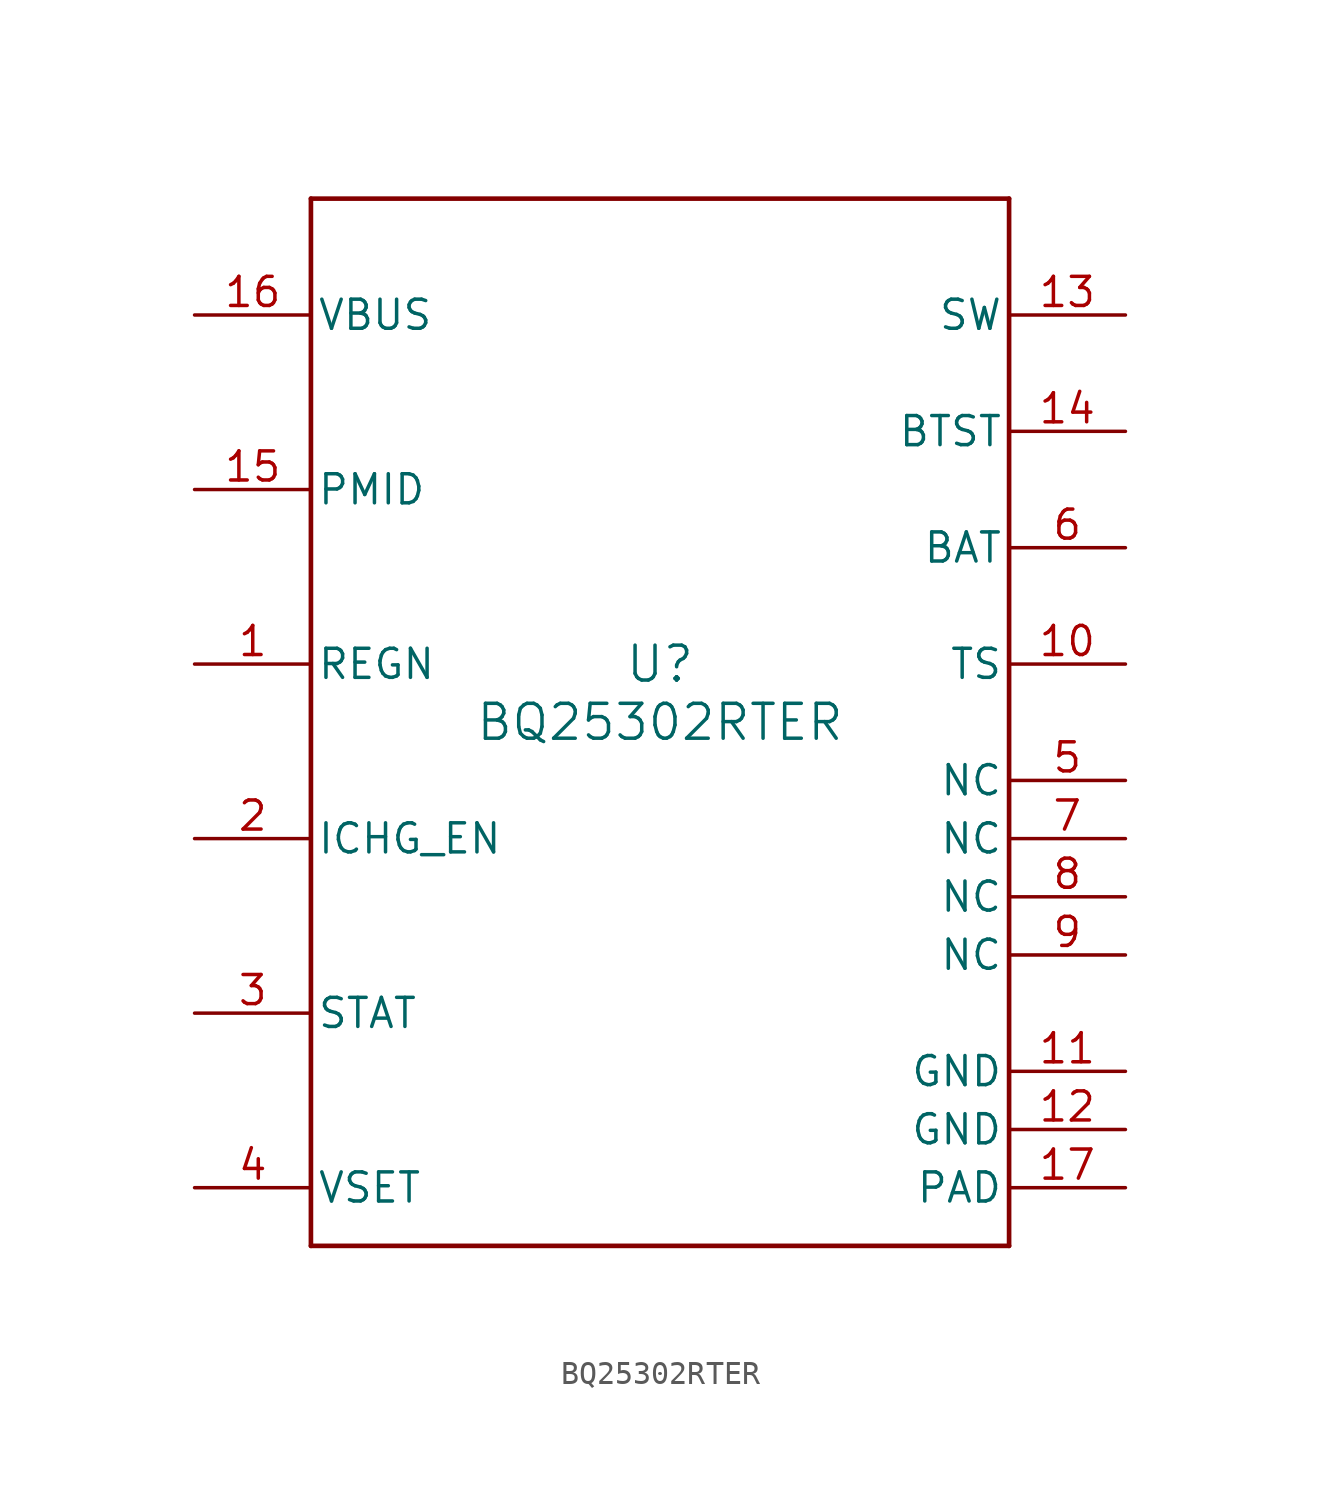
<source format=kicad_sym>
(kicad_symbol_lib
  (version 20211014)
  (generator kicad_symbol_editor)
  (symbol "BQ25302RTER"
    (pin_names
      (offset 0.254))
    (property "Reference" "U"
      (at 0 2.54 0)
      (effects (font (size 1.524 1.524))))
    (property "Value" "BQ25302RTER"
      (at 0 0 0)
      (effects (font (size 1.524 1.524))))
    (symbol "BQ25302RTER_0_1"
      (polyline (pts (xy -15.24 -22.86) (xy 15.24 -22.86)) (stroke (width 0.203) (type default) (color 0 0 0 0)) (fill (type none)))
      (polyline (pts (xy 15.24 -22.86) (xy 15.24 22.86)) (stroke (width 0.203) (type default) (color 0 0 0 0)) (fill (type none)))
      (polyline (pts (xy 15.24 22.86) (xy -15.24 22.86)) (stroke (width 0.203) (type default) (color 0 0 0 0)) (fill (type none)))
      (polyline (pts (xy -15.24 22.86) (xy -15.24 -22.86)) (stroke (width 0.203) (type default) (color 0 0 0 0)) (fill (type none)))
      (pin power_in line (at -20.32 2.54 0) (length 5.08) (name "REGN" (effects (font (size 1.27 1.27)))) (number "1" (effects (font (size 1.27 1.27)))))
      (pin bidirectional line (at -20.32 -5.08 0) (length 5.08) (name "ICHG_EN" (effects (font (size 1.27 1.27)))) (number "2" (effects (font (size 1.27 1.27)))))
      (pin open_collector line (at -20.32 -12.7 0) (length 5.08) (name "STAT" (effects (font (size 1.27 1.27)))) (number "3" (effects (font (size 1.27 1.27)))))
      (pin input line (at -20.32 -20.32 0) (length 5.08) (name "VSET" (effects (font (size 1.27 1.27)))) (number "4" (effects (font (size 1.27 1.27)))))
      (pin unspecified line (at 20.32 -2.54 180) (length 5.08) (name "NC" (effects (font (size 1.27 1.27)))) (number "5" (effects (font (size 1.27 1.27)))))
      (pin power_in line (at 20.32 7.62 180) (length 5.08) (name "BAT" (effects (font (size 1.27 1.27)))) (number "6" (effects (font (size 1.27 1.27)))))
      (pin unspecified line (at 20.32 -5.08 180) (length 5.08) (name "NC" (effects (font (size 1.27 1.27)))) (number "7" (effects (font (size 1.27 1.27)))))
      (pin unspecified line (at 20.32 -7.62 180) (length 5.08) (name "NC" (effects (font (size 1.27 1.27)))) (number "8" (effects (font (size 1.27 1.27)))))
      (pin unspecified line (at 20.32 -10.16 180) (length 5.08) (name "NC" (effects (font (size 1.27 1.27)))) (number "9" (effects (font (size 1.27 1.27)))))
      (pin input line (at 20.32 2.54 180) (length 5.08) (name "TS" (effects (font (size 1.27 1.27)))) (number "10" (effects (font (size 1.27 1.27)))))
      (pin power_in line (at 20.32 -15.24 180) (length 5.08) (name "GND" (effects (font (size 1.27 1.27)))) (number "11" (effects (font (size 1.27 1.27)))))
      (pin power_in line (at 20.32 -17.78 180) (length 5.08) (name "GND" (effects (font (size 1.27 1.27)))) (number "12" (effects (font (size 1.27 1.27)))))
      (pin power_in line (at 20.32 17.78 180) (length 5.08) (name "SW" (effects (font (size 1.27 1.27)))) (number "13" (effects (font (size 1.27 1.27)))))
      (pin power_in line (at 20.32 12.7 180) (length 5.08) (name "BTST" (effects (font (size 1.27 1.27)))) (number "14" (effects (font (size 1.27 1.27)))))
      (pin output line (at -20.32 10.16 0) (length 5.08) (name "PMID" (effects (font (size 1.27 1.27)))) (number "15" (effects (font (size 1.27 1.27)))))
      (pin power_in line (at -20.32 17.78 0) (length 5.08) (name "VBUS" (effects (font (size 1.27 1.27)))) (number "16" (effects (font (size 1.27 1.27)))))
      (pin power_in line (at 20.32 -20.32 180) (length 5.08) (name "PAD" (effects (font (size 1.27 1.27)))) (number "17" (effects (font (size 1.27 1.27))))))))
</source>
